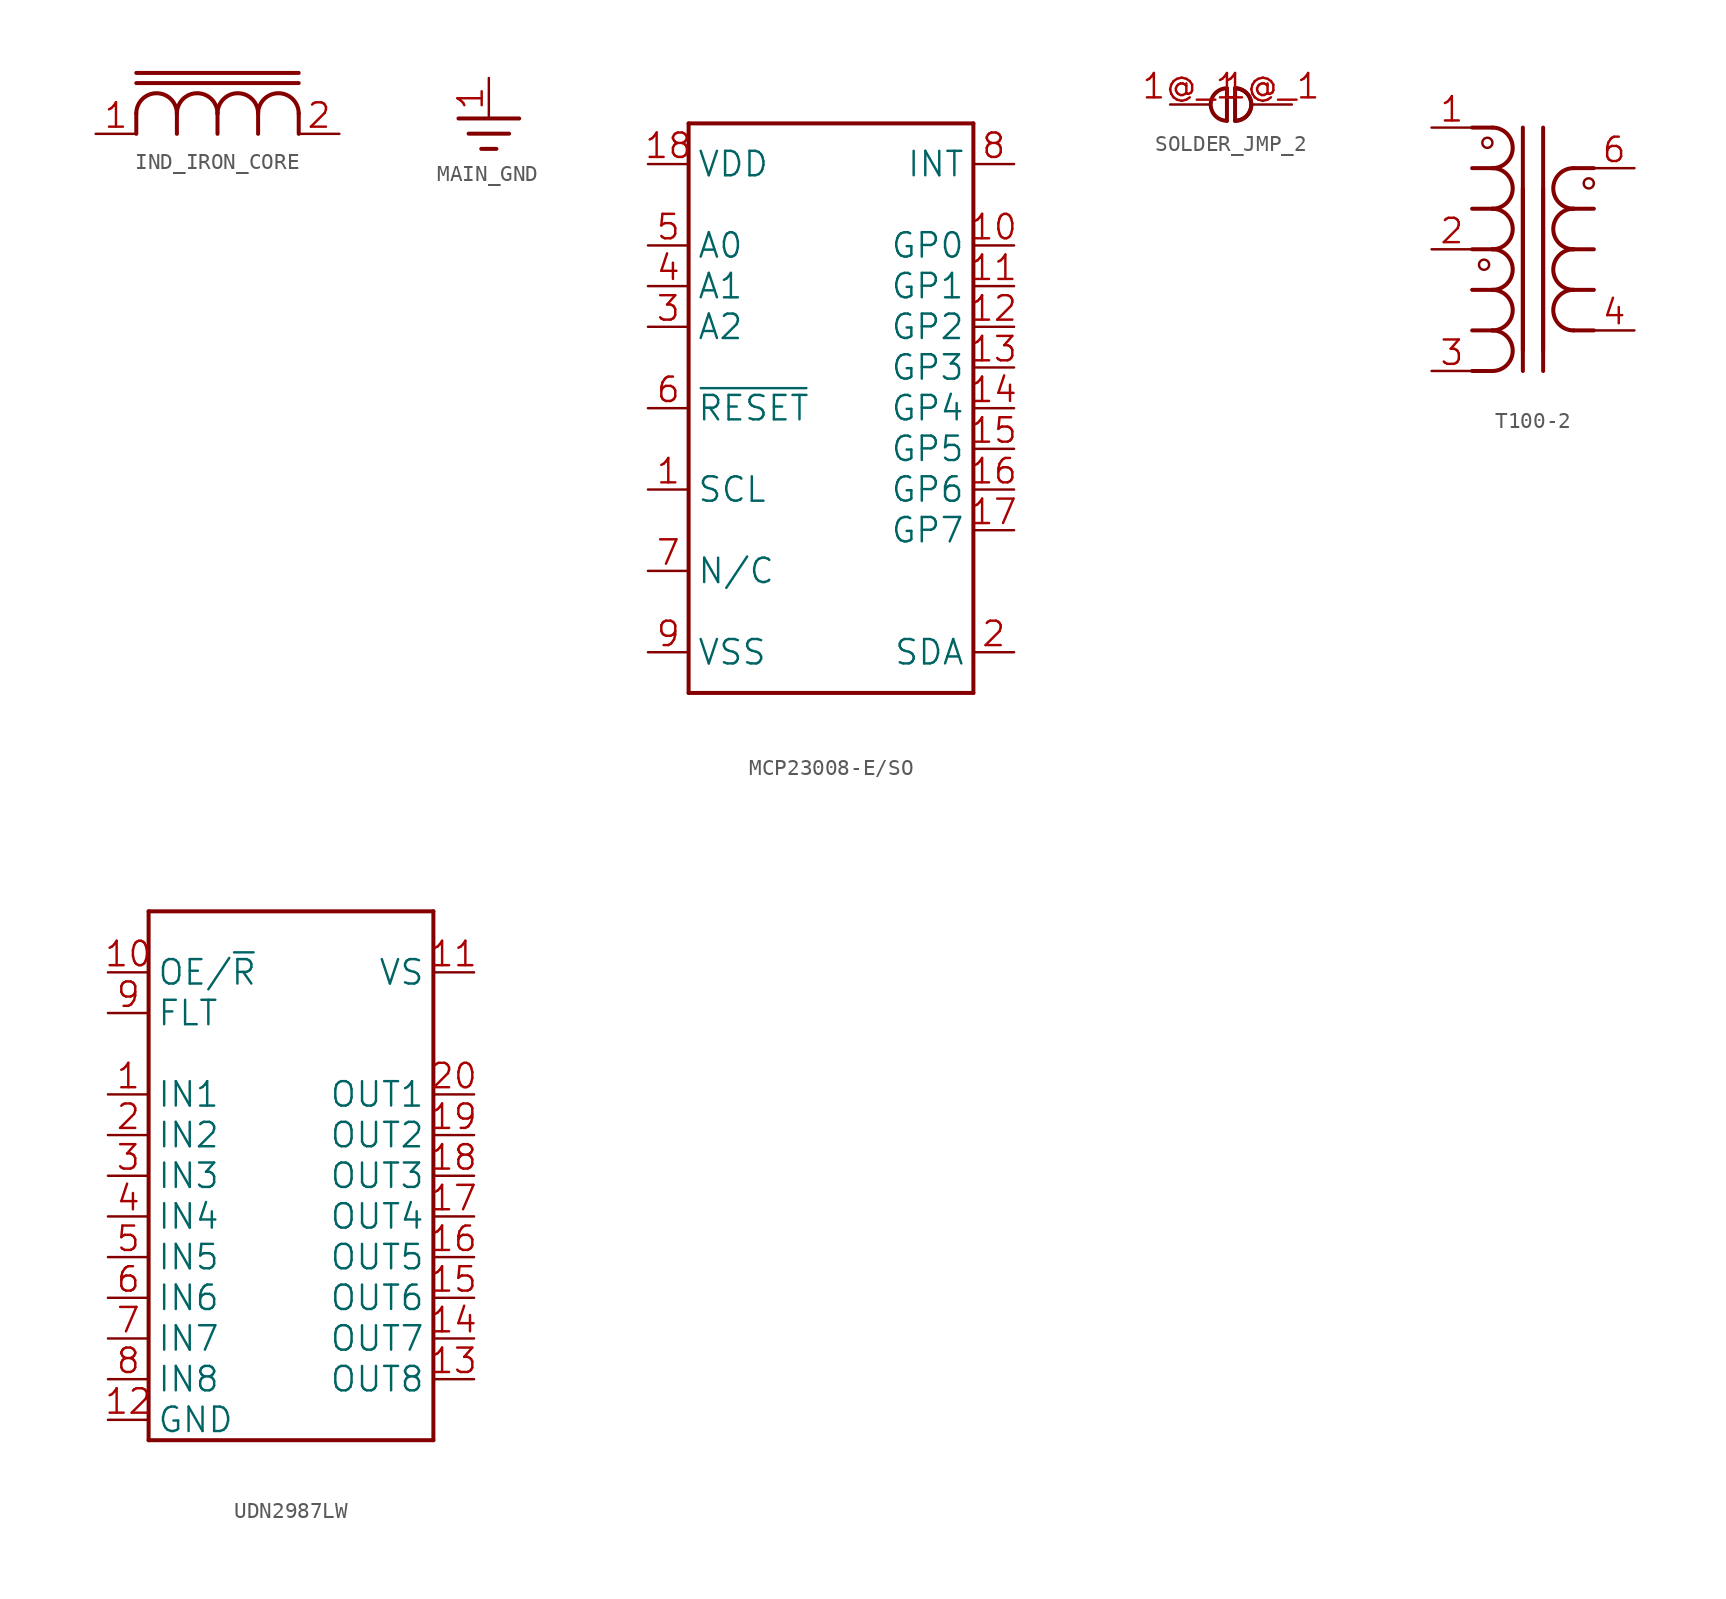
<source format=kicad_sym>
(kicad_symbol_lib
  (version 20241209)
  (generator "kicad_symbol_editor")
  (generator_version "9.0")
  (symbol "IND_IRON_CORE"
    (property "Reference" "L"
      (at 0 0 0)
      (effects (font (size 1.27 1.27)) (hide yes)))
    (property "ki_locked" ""
      (at 0 0 0)
      (effects (font (size 1.27 1.27))))
    (symbol "IND_IRON_CORE_1_0"
      (polyline (pts (xy -5.08 1.905) (xy 5.08 1.905)) (stroke (width 0.25) (type solid)) (fill (type none)))
      (polyline (pts (xy -5.08 1.27) (xy 5.08 1.27)) (stroke (width 0.25) (type solid)) (fill (type none)))
      (polyline (pts (xy -5.08 -1.905) (xy -5.08 -0.635)) (stroke (width 0.25) (type solid)) (fill (type none)))
      (arc (start -5.08 -0.6349) (mid -3.81 0.6352) (end -2.54 -0.635) (stroke (width 0.254) (type solid)) (fill (type none)))
      (polyline (pts (xy -2.54 -1.905) (xy -2.54 -0.635)) (stroke (width 0.25) (type solid)) (fill (type none)))
      (arc (start -2.54 -0.6349) (mid -1.27 0.6352) (end 0 -0.635) (stroke (width 0.254) (type solid)) (fill (type none)))
      (polyline (pts (xy 0 -1.905) (xy 0 -0.635)) (stroke (width 0.25) (type solid)) (fill (type none)))
      (arc (start 0 -0.6349) (mid 1.27 0.6352) (end 2.54 -0.635) (stroke (width 0.254) (type solid)) (fill (type none)))
      (polyline (pts (xy 2.54 -1.905) (xy 2.54 -0.635)) (stroke (width 0.25) (type solid)) (fill (type none)))
      (arc (start 2.54 -0.6349) (mid 3.81 0.6352) (end 5.08 -0.635) (stroke (width 0.254) (type solid)) (fill (type none)))
      (polyline (pts (xy 5.08 -1.905) (xy 5.08 -0.635)) (stroke (width 0.25) (type solid)) (fill (type none)))
      (pin passive line (at -7.62 -1.905 0) (length 2.54) (name "A" (effects (font (size 0 0)))) (number "1" (effects (font (size 1.524 1.524)))))
      (pin passive line (at 7.62 -1.905 180) (length 2.54) (name "B" (effects (font (size 0 0)))) (number "2" (effects (font (size 1.524 1.524)))))))
  (symbol "MAIN_GND"
    (power)
    (property "Reference" "#NetPort"
      (at 0 0 0)
      (effects (font (size 1.27 1.27)) (hide yes)))
    (property "ki_locked" ""
      (at 0 0 0)
      (effects (font (size 1.27 1.27))))
    (symbol "MAIN_GND_1_0"
      (polyline (pts (xy -1.905 0) (xy 1.905 0)) (stroke (width 0.25) (type solid)) (fill (type none)))
      (polyline (pts (xy -1.27 -0.952) (xy 1.27 -0.952)) (stroke (width 0.25) (type solid)) (fill (type none)))
      (polyline (pts (xy -0.476 -1.905) (xy 0.476 -1.905)) (stroke (width 0.25) (type solid)) (fill (type none)))
      (pin power_in line (at 0 2.54 270) (length 2.54) (name "GND" (effects (font (size 0 0)))) (number "1" (effects (font (size 1.524 1.524)))))))
  (symbol "MCP23008-E/SO"
    (property "Reference" "U"
      (at 0 0 0)
      (effects (font (size 1.27 1.27)) (hide yes)))
    (property "ki_locked" ""
      (at 0 0 0)
      (effects (font (size 1.27 1.27))))
    (symbol "MCP23008-E/SO_1_0"
      (polyline (pts (xy -8.89 17.78) (xy 8.89 17.78)) (stroke (width 0.25) (type solid)) (fill (type none)))
      (polyline (pts (xy -8.89 -17.78) (xy -8.89 17.78)) (stroke (width 0.25) (type solid)) (fill (type none)))
      (polyline (pts (xy 8.89 17.78) (xy 8.89 -17.78)) (stroke (width 0.25) (type solid)) (fill (type none)))
      (polyline (pts (xy 8.89 -17.78) (xy -8.89 -17.78)) (stroke (width 0.25) (type solid)) (fill (type none)))
      (pin power_in line (at -11.43 15.24 0) (length 2.54) (name "VDD" (effects (font (size 1.524 1.524)))) (number "18" (effects (font (size 1.524 1.524)))))
      (pin input line (at -11.43 10.16 0) (length 2.54) (name "A0" (effects (font (size 1.524 1.524)))) (number "5" (effects (font (size 1.524 1.524)))))
      (pin input line (at -11.43 7.62 0) (length 2.54) (name "A1" (effects (font (size 1.524 1.524)))) (number "4" (effects (font (size 1.524 1.524)))))
      (pin input line (at -11.43 5.08 0) (length 2.54) (name "A2" (effects (font (size 1.524 1.524)))) (number "3" (effects (font (size 1.524 1.524)))))
      (pin input line (at -11.43 0 0) (length 2.54) (name "~{RESET}" (effects (font (size 1.524 1.524)))) (number "6" (effects (font (size 1.524 1.524)))))
      (pin input line (at -11.43 -5.08 0) (length 2.54) (name "SCL" (effects (font (size 1.524 1.524)))) (number "1" (effects (font (size 1.524 1.524)))))
      (pin passive line (at -11.43 -10.16 0) (length 2.54) (name "N/C" (effects (font (size 1.524 1.524)))) (number "7" (effects (font (size 1.524 1.524)))))
      (pin power_in line (at -11.43 -15.24 0) (length 2.54) (name "VSS" (effects (font (size 1.524 1.524)))) (number "9" (effects (font (size 1.524 1.524)))))
      (pin output line (at 11.43 15.24 180) (length 2.54) (name "INT" (effects (font (size 1.524 1.524)))) (number "8" (effects (font (size 1.524 1.524)))))
      (pin bidirectional line (at 11.43 10.16 180) (length 2.54) (name "GP0" (effects (font (size 1.524 1.524)))) (number "10" (effects (font (size 1.524 1.524)))))
      (pin bidirectional line (at 11.43 7.62 180) (length 2.54) (name "GP1" (effects (font (size 1.524 1.524)))) (number "11" (effects (font (size 1.524 1.524)))))
      (pin bidirectional line (at 11.43 5.08 180) (length 2.54) (name "GP2" (effects (font (size 1.524 1.524)))) (number "12" (effects (font (size 1.524 1.524)))))
      (pin bidirectional line (at 11.43 2.54 180) (length 2.54) (name "GP3" (effects (font (size 1.524 1.524)))) (number "13" (effects (font (size 1.524 1.524)))))
      (pin bidirectional line (at 11.43 0 180) (length 2.54) (name "GP4" (effects (font (size 1.524 1.524)))) (number "14" (effects (font (size 1.524 1.524)))))
      (pin bidirectional line (at 11.43 -2.54 180) (length 2.54) (name "GP5" (effects (font (size 1.524 1.524)))) (number "15" (effects (font (size 1.524 1.524)))))
      (pin bidirectional line (at 11.43 -5.08 180) (length 2.54) (name "GP6" (effects (font (size 1.524 1.524)))) (number "16" (effects (font (size 1.524 1.524)))))
      (pin bidirectional line (at 11.43 -7.62 180) (length 2.54) (name "GP7" (effects (font (size 1.524 1.524)))) (number "17" (effects (font (size 1.524 1.524)))))
      (pin bidirectional line (at 11.43 -15.24 180) (length 2.54) (name "SDA" (effects (font (size 1.524 1.524)))) (number "2" (effects (font (size 1.524 1.524)))))))
  (symbol "SOLDER_JMP_2"
    (property "Reference" "J"
      (at 0 0 0)
      (effects (font (size 1.27 1.27)) (hide yes)))
    (property "ki_locked" ""
      (at 0 0 0)
      (effects (font (size 1.27 1.27))))
    (symbol "SOLDER_JMP_2_1_0"
      (polyline (pts (xy -0.254 1.016) (xy -0.254 -1.016)) (stroke (width 0.25) (type solid)) (fill (type none)))
      (arc (start -0.2538 -1.016) (mid -1.2699 -0.0001) (end -0.254 1.016) (stroke (width 0.127) (type solid)) (fill (type none)))
      (arc (start -0.2538 -1.016) (mid -1.2699 -0.0001) (end -0.254 1.016) (stroke (width 0.25) (type solid)) (fill (type none)))
      (arc (start 0.2538 1.016) (mid 1.2699 0.0001) (end 0.254 -1.016) (stroke (width 0.25) (type solid)) (fill (type none)))
      (arc (start 0.2538 1.016) (mid 1.2699 0.0001) (end 0.254 -1.016) (stroke (width 0.25) (type solid)) (fill (type none)))
      (polyline (pts (xy 0.254 1.016) (xy 0.254 -1.016)) (stroke (width 0.25) (type solid)) (fill (type none)))
      (pin passive line (at -3.81 0 0) (length 2.54) (name "1@2" (effects (font (size 0 0)))) (number "1@_1" (effects (font (size 1.524 1.524)))))
      (pin passive line (at 3.81 0 180) (length 2.54) (name "1@1" (effects (font (size 0 0)))) (number "1@_1" (effects (font (size 1.524 1.524)))))))
  (symbol "T100-2"
    (property "Reference" "T"
      (at 0 0 0)
      (effects (font (size 1.27 1.27)) (hide yes)))
    (property "ki_locked" ""
      (at 0 0 0)
      (effects (font (size 1.27 1.27))))
    (symbol "T100-2_1_0"
      (polyline (pts (xy -3.81 7.62) (xy -2.54 7.62)) (stroke (width 0.25) (type solid)) (fill (type none)))
      (polyline (pts (xy -3.81 5.08) (xy -2.54 5.08)) (stroke (width 0.25) (type solid)) (fill (type none)))
      (polyline (pts (xy -3.81 2.54) (xy -2.54 2.54)) (stroke (width 0.25) (type solid)) (fill (type none)))
      (polyline (pts (xy -3.81 0) (xy -2.54 0)) (stroke (width 0.25) (type solid)) (fill (type none)))
      (polyline (pts (xy -3.81 -2.54) (xy -2.54 -2.54)) (stroke (width 0.25) (type solid)) (fill (type none)))
      (polyline (pts (xy -3.81 -5.08) (xy -2.54 -5.08)) (stroke (width 0.25) (type solid)) (fill (type none)))
      (polyline (pts (xy -3.81 -7.62) (xy -2.54 -7.62)) (stroke (width 0.25) (type solid)) (fill (type none)))
      (circle (center -3.065 -0.966) (radius 0.317) (stroke (width 0) (type solid)) (fill (type none)))
      (circle (center -2.857 6.668) (radius 0.317) (stroke (width 0) (type solid)) (fill (type none)))
      (arc (start -2.5399 7.62) (mid -1.2701 6.35) (end -2.54 5.08) (stroke (width 0.254) (type solid)) (fill (type none)))
      (arc (start -2.5399 5.08) (mid -1.2701 3.81) (end -2.54 2.54) (stroke (width 0.254) (type solid)) (fill (type none)))
      (arc (start -2.5399 2.54) (mid -1.2701 1.27) (end -2.54 0) (stroke (width 0.254) (type solid)) (fill (type none)))
      (arc (start -2.5399 0) (mid -1.2701 -1.27) (end -2.54 -2.54) (stroke (width 0.254) (type solid)) (fill (type none)))
      (arc (start -2.5399 -2.54) (mid -1.2701 -3.81) (end -2.54 -5.08) (stroke (width 0.254) (type solid)) (fill (type none)))
      (arc (start -2.5399 -5.08) (mid -1.2701 -6.35) (end -2.54 -7.62) (stroke (width 0.254) (type solid)) (fill (type none)))
      (polyline (pts (xy -0.635 7.62) (xy -0.635 -6.35)) (stroke (width 0.25) (type solid)) (fill (type none)))
      (polyline (pts (xy -0.635 3.81) (xy -0.635 -7.62)) (stroke (width 0.25) (type solid)) (fill (type none)))
      (polyline (pts (xy 0.635 7.62) (xy 0.635 -6.35)) (stroke (width 0.25) (type solid)) (fill (type none)))
      (polyline (pts (xy 0.635 3.81) (xy 0.635 -7.62)) (stroke (width 0.25) (type solid)) (fill (type none)))
      (arc (start 2.5399 2.54) (mid 1.2698 3.81) (end 2.54 5.08) (stroke (width 0.254) (type solid)) (fill (type none)))
      (arc (start 2.5399 0) (mid 1.2698 1.27) (end 2.54 2.54) (stroke (width 0.254) (type solid)) (fill (type none)))
      (arc (start 2.5399 -2.54) (mid 1.2698 -1.27) (end 2.54 0) (stroke (width 0.254) (type solid)) (fill (type none)))
      (arc (start 2.5399 -5.08) (mid 1.2698 -3.81) (end 2.54 -2.54) (stroke (width 0.254) (type solid)) (fill (type none)))
      (polyline (pts (xy 2.54 5.08) (xy 3.81 5.08)) (stroke (width 0.25) (type solid)) (fill (type none)))
      (polyline (pts (xy 2.54 2.54) (xy 3.81 2.54)) (stroke (width 0.25) (type solid)) (fill (type none)))
      (polyline (pts (xy 2.54 0) (xy 3.81 0)) (stroke (width 0.25) (type solid)) (fill (type none)))
      (polyline (pts (xy 2.54 -2.54) (xy 3.81 -2.54)) (stroke (width 0.25) (type solid)) (fill (type none)))
      (polyline (pts (xy 2.54 -5.08) (xy 3.81 -5.08)) (stroke (width 0.25) (type solid)) (fill (type none)))
      (circle (center 3.492 4.127) (radius 0.317) (stroke (width 0) (type solid)) (fill (type none)))
      (pin passive line (at -6.35 7.62 0) (length 2.54) (name "1" (effects (font (size 0 0)))) (number "1" (effects (font (size 1.524 1.524)))))
      (pin passive line (at -6.35 0 0) (length 2.54) (name "3" (effects (font (size 0 0)))) (number "2" (effects (font (size 1.524 1.524)))))
      (pin passive line (at -6.35 -7.62 0) (length 2.54) (name "5" (effects (font (size 0 0)))) (number "3" (effects (font (size 1.524 1.524)))))
      (pin passive line (at 6.35 5.08 180) (length 2.54) (name "2" (effects (font (size 0 0)))) (number "6" (effects (font (size 1.524 1.524)))))
      (pin passive line (at 6.35 -5.08 180) (length 2.54) (name "6" (effects (font (size 0 0)))) (number "4" (effects (font (size 1.524 1.524)))))))
  (symbol "UDN2987LW"
    (property "Reference" "U"
      (at 0 0 0)
      (effects (font (size 1.27 1.27)) (hide yes)))
    (property "ki_locked" ""
      (at 0 0 0)
      (effects (font (size 1.27 1.27))))
    (symbol "UDN2987LW_1_0"
      (polyline (pts (xy -8.89 16.51) (xy 8.89 16.51)) (stroke (width 0.25) (type solid)) (fill (type none)))
      (polyline (pts (xy -8.89 -16.51) (xy -8.89 16.51)) (stroke (width 0.25) (type solid)) (fill (type none)))
      (polyline (pts (xy 8.89 16.51) (xy 8.89 -16.51)) (stroke (width 0.25) (type solid)) (fill (type none)))
      (polyline (pts (xy 8.89 -16.51) (xy -8.89 -16.51)) (stroke (width 0.25) (type solid)) (fill (type none)))
      (pin input line (at -11.43 12.7 0) (length 2.54) (name "OE/~{R}" (effects (font (size 1.524 1.524)))) (number "10" (effects (font (size 1.524 1.524)))))
      (pin bidirectional line (at -11.43 10.16 0) (length 2.54) (name "FLT" (effects (font (size 1.524 1.524)))) (number "9" (effects (font (size 1.524 1.524)))))
      (pin input line (at -11.43 5.08 0) (length 2.54) (name "IN1" (effects (font (size 1.524 1.524)))) (number "1" (effects (font (size 1.524 1.524)))))
      (pin input line (at -11.43 2.54 0) (length 2.54) (name "IN2" (effects (font (size 1.524 1.524)))) (number "2" (effects (font (size 1.524 1.524)))))
      (pin input line (at -11.43 0 0) (length 2.54) (name "IN3" (effects (font (size 1.524 1.524)))) (number "3" (effects (font (size 1.524 1.524)))))
      (pin input line (at -11.43 -2.54 0) (length 2.54) (name "IN4" (effects (font (size 1.524 1.524)))) (number "4" (effects (font (size 1.524 1.524)))))
      (pin input line (at -11.43 -5.08 0) (length 2.54) (name "IN5" (effects (font (size 1.524 1.524)))) (number "5" (effects (font (size 1.524 1.524)))))
      (pin input line (at -11.43 -7.62 0) (length 2.54) (name "IN6" (effects (font (size 1.524 1.524)))) (number "6" (effects (font (size 1.524 1.524)))))
      (pin input line (at -11.43 -10.16 0) (length 2.54) (name "IN7" (effects (font (size 1.524 1.524)))) (number "7" (effects (font (size 1.524 1.524)))))
      (pin input line (at -11.43 -12.7 0) (length 2.54) (name "IN8" (effects (font (size 1.524 1.524)))) (number "8" (effects (font (size 1.524 1.524)))))
      (pin power_in line (at -11.43 -15.24 0) (length 2.54) (name "GND" (effects (font (size 1.524 1.524)))) (number "12" (effects (font (size 1.524 1.524)))))
      (pin power_in line (at 11.43 12.7 180) (length 2.54) (name "VS" (effects (font (size 1.524 1.524)))) (number "11" (effects (font (size 1.524 1.524)))))
      (pin output line (at 11.43 5.08 180) (length 2.54) (name "OUT1" (effects (font (size 1.524 1.524)))) (number "20" (effects (font (size 1.524 1.524)))))
      (pin output line (at 11.43 2.54 180) (length 2.54) (name "OUT2" (effects (font (size 1.524 1.524)))) (number "19" (effects (font (size 1.524 1.524)))))
      (pin output line (at 11.43 0 180) (length 2.54) (name "OUT3" (effects (font (size 1.524 1.524)))) (number "18" (effects (font (size 1.524 1.524)))))
      (pin output line (at 11.43 -2.54 180) (length 2.54) (name "OUT4" (effects (font (size 1.524 1.524)))) (number "17" (effects (font (size 1.524 1.524)))))
      (pin output line (at 11.43 -5.08 180) (length 2.54) (name "OUT5" (effects (font (size 1.524 1.524)))) (number "16" (effects (font (size 1.524 1.524)))))
      (pin output line (at 11.43 -7.62 180) (length 2.54) (name "OUT6" (effects (font (size 1.524 1.524)))) (number "15" (effects (font (size 1.524 1.524)))))
      (pin output line (at 11.43 -10.16 180) (length 2.54) (name "OUT7" (effects (font (size 1.524 1.524)))) (number "14" (effects (font (size 1.524 1.524)))))
      (pin output line (at 11.43 -12.7 180) (length 2.54) (name "OUT8" (effects (font (size 1.524 1.524)))) (number "13" (effects (font (size 1.524 1.524))))))))
</source>
